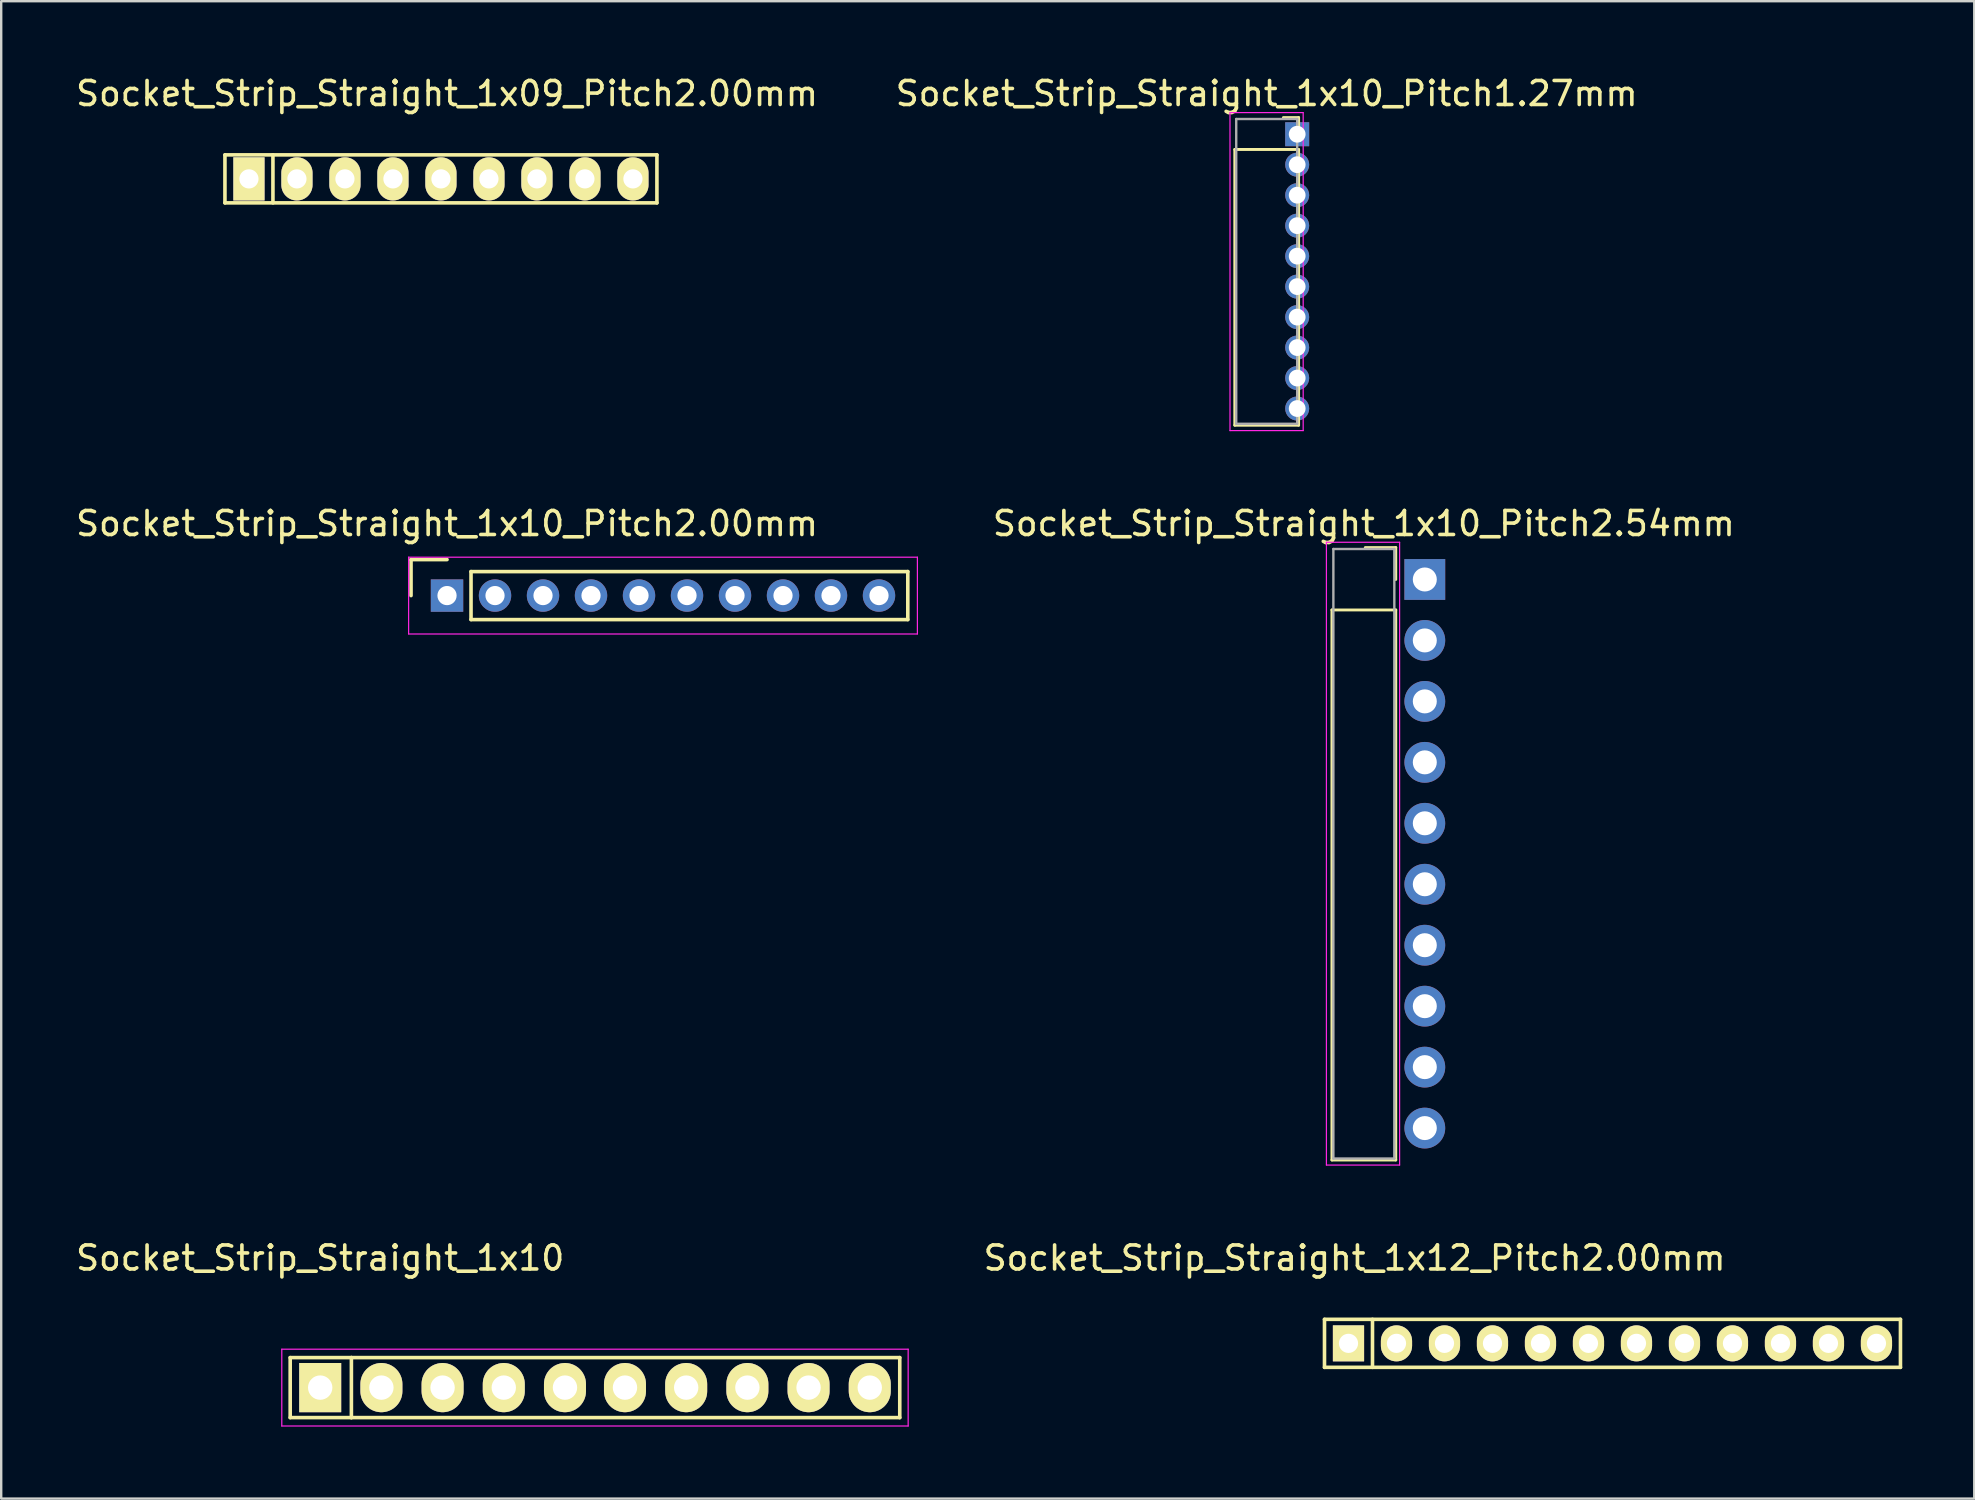
<source format=kicad_pcb>
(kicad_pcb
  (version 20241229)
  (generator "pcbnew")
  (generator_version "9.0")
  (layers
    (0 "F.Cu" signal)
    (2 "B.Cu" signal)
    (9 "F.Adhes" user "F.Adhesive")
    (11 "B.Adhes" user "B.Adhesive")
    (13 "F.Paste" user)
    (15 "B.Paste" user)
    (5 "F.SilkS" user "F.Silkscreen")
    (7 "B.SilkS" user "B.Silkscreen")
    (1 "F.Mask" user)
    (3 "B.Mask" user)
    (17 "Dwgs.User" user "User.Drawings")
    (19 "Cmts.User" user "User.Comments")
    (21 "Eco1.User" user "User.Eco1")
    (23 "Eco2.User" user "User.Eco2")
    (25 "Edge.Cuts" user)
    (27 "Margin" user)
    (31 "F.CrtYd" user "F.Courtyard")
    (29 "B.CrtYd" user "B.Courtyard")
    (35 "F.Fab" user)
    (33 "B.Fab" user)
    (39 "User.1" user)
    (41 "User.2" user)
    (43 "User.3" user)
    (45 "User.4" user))
  (footprint "Socket_Strip_Straight_1x10_Pitch2.00mm"
    (layer "F.Cu")
    (at 15.577 21.767)
    (property "Reference" "Socket_Strip_Straight_1x10_Pitch2.00mm" (at 0 -3 0) (layer "F.SilkS") (effects (font (size 1 1) (thickness 0.15))))
    (attr through_hole)
    (fp_line (start -1.5 -1.5) (end -1.5 0) (stroke (width 0.15) (type solid)) (layer "F.SilkS"))
    (fp_line (start 0 -1.5) (end -1.5 -1.5) (stroke (width 0.15) (type solid)) (layer "F.SilkS"))
    (fp_line (start 1 -1) (end 1 1) (stroke (width 0.15) (type solid)) (layer "F.SilkS"))
    (fp_line (start 1 1) (end 19.2 1) (stroke (width 0.15) (type solid)) (layer "F.SilkS"))
    (fp_line (start 19.2 -1) (end 1 -1) (stroke (width 0.15) (type solid)) (layer "F.SilkS"))
    (fp_line (start 19.2 1) (end 19.2 -1) (stroke (width 0.15) (type solid)) (layer "F.SilkS"))
    (fp_line (start -1.6 -1.6) (end -1.6 1.6) (stroke (width 0.05) (type solid)) (layer "F.CrtYd"))
    (fp_line (start -1.6 1.6) (end 19.6 1.6) (stroke (width 0.05) (type solid)) (layer "F.CrtYd"))
    (fp_line (start 19.6 -1.6) (end -1.6 -1.6) (stroke (width 0.05) (type solid)) (layer "F.CrtYd"))
    (fp_line (start 19.6 1.6) (end 19.6 -1.6) (stroke (width 0.05) (type solid)) (layer "F.CrtYd"))
    (pad "1" thru_hole rect (at 0 0) (size 1.35 1.35) (drill 0.8) (layers "*.Cu" "*.Mask"))
    (pad "2" thru_hole circle (at 2 0) (size 1.35 1.35) (drill 0.8) (layers "*.Cu" "*.Mask"))
    (pad "3" thru_hole circle (at 4 0) (size 1.35 1.35) (drill 0.8) (layers "*.Cu" "*.Mask"))
    (pad "4" thru_hole circle (at 6 0) (size 1.35 1.35) (drill 0.8) (layers "*.Cu" "*.Mask"))
    (pad "5" thru_hole circle (at 8 0) (size 1.35 1.35) (drill 0.8) (layers "*.Cu" "*.Mask"))
    (pad "6" thru_hole circle (at 10 0) (size 1.35 1.35) (drill 0.8) (layers "*.Cu" "*.Mask"))
    (pad "7" thru_hole circle (at 12 0) (size 1.35 1.35) (drill 0.8) (layers "*.Cu" "*.Mask"))
    (pad "8" thru_hole circle (at 14 0) (size 1.35 1.35) (drill 0.8) (layers "*.Cu" "*.Mask"))
    (pad "9" thru_hole circle (at 16 0) (size 1.35 1.35) (drill 0.8) (layers "*.Cu" "*.Mask"))
    (pad "10" thru_hole circle (at 18 0) (size 1.35 1.35) (drill 0.8) (layers "*.Cu" "*.Mask")))
  (footprint "Socket_Strip_Straight_1x10_Pitch2.54mm"
    (layer "F.Cu")
    (at 56.32 21.096)
    (property "Reference" "Socket_Strip_Straight_1x10_Pitch2.54mm" (at -2.54 -2.33 0) (layer "F.SilkS") (effects (font (size 1 1) (thickness 0.15))))
    (attr through_hole)
    (fp_line (start -3.87 1.27) (end -3.87 24.19) (stroke (width 0.12) (type solid)) (layer "F.SilkS"))
    (fp_line (start -3.87 24.19) (end -1.21 24.19) (stroke (width 0.12) (type solid)) (layer "F.SilkS"))
    (fp_line (start -1.21 -1.33) (end -2.48 -1.33) (stroke (width 0.12) (type solid)) (layer "F.SilkS"))
    (fp_line (start -1.21 0) (end -1.21 -1.33) (stroke (width 0.12) (type solid)) (layer "F.SilkS"))
    (fp_line (start -1.21 1.27) (end -3.87 1.27) (stroke (width 0.12) (type solid)) (layer "F.SilkS"))
    (fp_line (start -1.21 24.19) (end -1.21 1.27) (stroke (width 0.12) (type solid)) (layer "F.SilkS"))
    (fp_line (start -4.1 -1.55) (end -4.1 24.4) (stroke (width 0.05) (type solid)) (layer "F.CrtYd"))
    (fp_line (start -4.1 24.4) (end -1.05 24.4) (stroke (width 0.05) (type solid)) (layer "F.CrtYd"))
    (fp_line (start -1.05 -1.55) (end -4.1 -1.55) (stroke (width 0.05) (type solid)) (layer "F.CrtYd"))
    (fp_line (start -1.05 24.4) (end -1.05 -1.55) (stroke (width 0.05) (type solid)) (layer "F.CrtYd"))
    (fp_line (start -3.81 -1.27) (end -3.81 24.13) (stroke (width 0.1) (type solid)) (layer "F.Fab"))
    (fp_line (start -3.81 24.13) (end -1.27 24.13) (stroke (width 0.1) (type solid)) (layer "F.Fab"))
    (fp_line (start -1.27 -1.27) (end -3.81 -1.27) (stroke (width 0.1) (type solid)) (layer "F.Fab"))
    (fp_line (start -1.27 24.13) (end -1.27 -1.27) (stroke (width 0.1) (type solid)) (layer "F.Fab"))
    (pad "1" thru_hole rect (at 0 0) (size 1.7 1.7) (drill 1) (layers "*.Cu" "*.Mask"))
    (pad "2" thru_hole oval (at 0 2.54) (size 1.7 1.7) (drill 1) (layers "*.Cu" "*.Mask"))
    (pad "3" thru_hole oval (at 0 5.08) (size 1.7 1.7) (drill 1) (layers "*.Cu" "*.Mask"))
    (pad "4" thru_hole oval (at 0 7.62) (size 1.7 1.7) (drill 1) (layers "*.Cu" "*.Mask"))
    (pad "5" thru_hole oval (at 0 10.16) (size 1.7 1.7) (drill 1) (layers "*.Cu" "*.Mask"))
    (pad "6" thru_hole oval (at 0 12.7) (size 1.7 1.7) (drill 1) (layers "*.Cu" "*.Mask"))
    (pad "7" thru_hole oval (at 0 15.24) (size 1.7 1.7) (drill 1) (layers "*.Cu" "*.Mask"))
    (pad "8" thru_hole oval (at 0 17.78) (size 1.7 1.7) (drill 1) (layers "*.Cu" "*.Mask"))
    (pad "9" thru_hole oval (at 0 20.32) (size 1.7 1.7) (drill 1) (layers "*.Cu" "*.Mask"))
    (pad "10" thru_hole oval (at 0 22.86) (size 1.7 1.7) (drill 1) (layers "*.Cu" "*.Mask")))
  (footprint "Socket_Strip_Straight_1x12_Pitch2.00mm"
    (layer "F.Cu")
    (at 53.14 52.926)
    (property "Reference" "Socket_Strip_Straight_1x12_Pitch2.00mm" (at 0.254 -3.556 0) (layer "F.SilkS") (effects (font (size 1 1) (thickness 0.15))))
    (attr through_hole)
    (fp_line (start -1 -1) (end 23 -1) (stroke (width 0.15) (type solid)) (layer "F.SilkS"))
    (fp_line (start -1 1) (end -1 -1) (stroke (width 0.15) (type solid)) (layer "F.SilkS"))
    (fp_line (start 1 -1) (end 1 1) (stroke (width 0.15) (type solid)) (layer "F.SilkS"))
    (fp_line (start 23 -1) (end 23 1) (stroke (width 0.15) (type solid)) (layer "F.SilkS"))
    (fp_line (start 23 1) (end -1 1) (stroke (width 0.15) (type solid)) (layer "F.SilkS"))
    (pad "1" thru_hole rect (at 0 0) (size 1.3 1.5) (drill 0.8) (layers "*.Cu" "*.Mask" "F.SilkS"))
    (pad "2" thru_hole oval (at 2 0) (size 1.3 1.5) (drill 0.8) (layers "*.Cu" "*.Mask" "F.SilkS"))
    (pad "3" thru_hole oval (at 4 0) (size 1.3 1.5) (drill 0.8) (layers "*.Cu" "*.Mask" "F.SilkS"))
    (pad "4" thru_hole oval (at 6 0) (size 1.3 1.5) (drill 0.8) (layers "*.Cu" "*.Mask" "F.SilkS"))
    (pad "5" thru_hole oval (at 8 0) (size 1.3 1.5) (drill 0.8) (layers "*.Cu" "*.Mask" "F.SilkS"))
    (pad "6" thru_hole oval (at 10 0) (size 1.3 1.5) (drill 0.8) (layers "*.Cu" "*.Mask" "F.SilkS"))
    (pad "7" thru_hole oval (at 12 0) (size 1.3 1.5) (drill 0.8) (layers "*.Cu" "*.Mask" "F.SilkS"))
    (pad "8" thru_hole oval (at 14 0) (size 1.3 1.5) (drill 0.8) (layers "*.Cu" "*.Mask" "F.SilkS"))
    (pad "9" thru_hole oval (at 16 0) (size 1.3 1.5) (drill 0.8) (layers "*.Cu" "*.Mask" "F.SilkS"))
    (pad "10" thru_hole oval (at 18 0) (size 1.3 1.5) (drill 0.8) (layers "*.Cu" "*.Mask" "F.SilkS"))
    (pad "11" thru_hole oval (at 20 0) (size 1.3 1.5) (drill 0.8) (layers "*.Cu" "*.Mask" "F.SilkS"))
    (pad "12" thru_hole oval (at 22 0) (size 1.3 1.5) (drill 0.8) (layers "*.Cu" "*.Mask" "F.SilkS")))
  (footprint "Socket_Strip_Straight_1x09_Pitch2.00mm"
    (layer "F.Cu")
    (at 15.323 4.404)
    (property "Reference" "Socket_Strip_Straight_1x09_Pitch2.00mm" (at 0.254 -3.556 0) (layer "F.SilkS") (effects (font (size 1 1) (thickness 0.15))))
    (attr through_hole)
    (fp_line (start -9 -1) (end 9 -1) (stroke (width 0.15) (type solid)) (layer "F.SilkS"))
    (fp_line (start -9 1) (end -9 -1) (stroke (width 0.15) (type solid)) (layer "F.SilkS"))
    (fp_line (start -7 -1) (end -7 1) (stroke (width 0.15) (type solid)) (layer "F.SilkS"))
    (fp_line (start 9 -1) (end 9 1) (stroke (width 0.15) (type solid)) (layer "F.SilkS"))
    (fp_line (start 9 1) (end -9 1) (stroke (width 0.15) (type solid)) (layer "F.SilkS"))
    (pad "1" thru_hole rect (at -8 0) (size 1.3 1.8) (drill 0.8) (layers "*.Cu" "*.Mask" "F.SilkS"))
    (pad "2" thru_hole oval (at -6 0) (size 1.3 1.8) (drill 0.8) (layers "*.Cu" "*.Mask" "F.SilkS"))
    (pad "3" thru_hole oval (at -4 0) (size 1.3 1.8) (drill 0.8) (layers "*.Cu" "*.Mask" "F.SilkS"))
    (pad "4" thru_hole oval (at -2 0) (size 1.3 1.8) (drill 0.8) (layers "*.Cu" "*.Mask" "F.SilkS"))
    (pad "5" thru_hole oval (at 0 0) (size 1.3 1.8) (drill 0.8) (layers "*.Cu" "*.Mask" "F.SilkS"))
    (pad "6" thru_hole oval (at 2 0) (size 1.3 1.8) (drill 0.8) (layers "*.Cu" "*.Mask" "F.SilkS"))
    (pad "7" thru_hole oval (at 4 0) (size 1.3 1.8) (drill 0.8) (layers "*.Cu" "*.Mask" "F.SilkS"))
    (pad "8" thru_hole oval (at 6 0) (size 1.3 1.8) (drill 0.8) (layers "*.Cu" "*.Mask" "F.SilkS"))
    (pad "9" thru_hole oval (at 8 0) (size 1.3 1.8) (drill 0.8) (layers "*.Cu" "*.Mask" "F.SilkS")))
  (footprint "Socket_Strip_Straight_1x10_Pitch1.27mm"
    (layer "F.Cu")
    (at 51.002 2.543)
    (property "Reference" "Socket_Strip_Straight_1x10_Pitch1.27mm" (at -1.27 -1.695 0) (layer "F.SilkS") (effects (font (size 1 1) (thickness 0.15))))
    (attr through_hole)
    (fp_line (start -2.6 0.635) (end -2.6 12.125) (stroke (width 0.12) (type solid)) (layer "F.SilkS"))
    (fp_line (start -2.6 12.125) (end 0.06 12.125) (stroke (width 0.12) (type solid)) (layer "F.SilkS"))
    (fp_line (start 0.06 -0.695) (end -0.575 -0.695) (stroke (width 0.12) (type solid)) (layer "F.SilkS"))
    (fp_line (start 0.06 0) (end 0.06 -0.695) (stroke (width 0.12) (type solid)) (layer "F.SilkS"))
    (fp_line (start 0.06 0.635) (end -2.6 0.635) (stroke (width 0.12) (type solid)) (layer "F.SilkS"))
    (fp_line (start 0.06 12.125) (end 0.06 0.635) (stroke (width 0.12) (type solid)) (layer "F.SilkS"))
    (fp_line (start -2.8 -0.9) (end -2.8 12.35) (stroke (width 0.05) (type solid)) (layer "F.CrtYd"))
    (fp_line (start -2.8 12.35) (end 0.25 12.35) (stroke (width 0.05) (type solid)) (layer "F.CrtYd"))
    (fp_line (start 0.25 -0.9) (end -2.8 -0.9) (stroke (width 0.05) (type solid)) (layer "F.CrtYd"))
    (fp_line (start 0.25 12.35) (end 0.25 -0.9) (stroke (width 0.05) (type solid)) (layer "F.CrtYd"))
    (fp_line (start -2.54 -0.635) (end -2.54 12.065) (stroke (width 0.1) (type solid)) (layer "F.Fab"))
    (fp_line (start -2.54 12.065) (end 0 12.065) (stroke (width 0.1) (type solid)) (layer "F.Fab"))
    (fp_line (start 0 -0.635) (end -2.54 -0.635) (stroke (width 0.1) (type solid)) (layer "F.Fab"))
    (fp_line (start 0 12.065) (end 0 -0.635) (stroke (width 0.1) (type solid)) (layer "F.Fab"))
    (pad "1" thru_hole rect (at 0 0) (size 1 1) (drill 0.7) (layers "*.Cu" "*.Mask"))
    (pad "2" thru_hole oval (at 0 1.27) (size 1 1) (drill 0.7) (layers "*.Cu" "*.Mask"))
    (pad "3" thru_hole oval (at 0 2.54) (size 1 1) (drill 0.7) (layers "*.Cu" "*.Mask"))
    (pad "4" thru_hole oval (at 0 3.81) (size 1 1) (drill 0.7) (layers "*.Cu" "*.Mask"))
    (pad "5" thru_hole oval (at 0 5.08) (size 1 1) (drill 0.7) (layers "*.Cu" "*.Mask"))
    (pad "6" thru_hole oval (at 0 6.35) (size 1 1) (drill 0.7) (layers "*.Cu" "*.Mask"))
    (pad "7" thru_hole oval (at 0 7.62) (size 1 1) (drill 0.7) (layers "*.Cu" "*.Mask"))
    (pad "8" thru_hole oval (at 0 8.89) (size 1 1) (drill 0.7) (layers "*.Cu" "*.Mask"))
    (pad "9" thru_hole oval (at 0 10.16) (size 1 1) (drill 0.7) (layers "*.Cu" "*.Mask"))
    (pad "10" thru_hole oval (at 0 11.43) (size 1 1) (drill 0.7) (layers "*.Cu" "*.Mask")))
  (footprint "Socket_Strip_Straight_1x10"
    (layer "F.Cu")
    (at 10.292 54.77)
    (property "Reference" "Socket_Strip_Straight_1x10" (at 0 -5.4 0) (layer "F.SilkS") (effects (font (size 1 1) (thickness 0.15))))
    (attr through_hole)
    (fp_line (start -1.25 -1.25) (end 1.3 -1.25) (stroke (width 0.15) (type solid)) (layer "F.SilkS"))
    (fp_line (start -1.25 1.25) (end -1.25 -1.25) (stroke (width 0.15) (type solid)) (layer "F.SilkS"))
    (fp_line (start -1.25 1.25) (end 1.3 1.25) (stroke (width 0.15) (type solid)) (layer "F.SilkS"))
    (fp_line (start 1.3 1.25) (end 1.3 -1.25) (stroke (width 0.15) (type solid)) (layer "F.SilkS"))
    (fp_line (start 1.3 1.25) (end 24.15 1.25) (stroke (width 0.15) (type solid)) (layer "F.SilkS"))
    (fp_line (start 24.15 -1.25) (end 1.3 -1.25) (stroke (width 0.15) (type solid)) (layer "F.SilkS"))
    (fp_line (start 24.15 1.25) (end 24.15 -1.25) (stroke (width 0.15) (type solid)) (layer "F.SilkS"))
    (fp_line (start -1.6 -1.6) (end -1.6 1.6) (stroke (width 0.05) (type solid)) (layer "F.CrtYd"))
    (fp_line (start -1.6 -1.6) (end 24.5 -1.6) (stroke (width 0.05) (type solid)) (layer "F.CrtYd"))
    (fp_line (start -1.6 1.6) (end 24.5 1.6) (stroke (width 0.05) (type solid)) (layer "F.CrtYd"))
    (fp_line (start 24.5 -1.6) (end 24.5 1.6) (stroke (width 0.05) (type solid)) (layer "F.CrtYd"))
    (pad "1" thru_hole rect (at 0 0) (size 1.75 2.05) (drill 1.016) (layers "*.Cu" "*.Mask" "F.SilkS"))
    (pad "2" thru_hole oval (at 2.55 0) (size 1.75 2.05) (drill 1.016) (layers "*.Cu" "*.Mask" "F.SilkS"))
    (pad "3" thru_hole oval (at 5.1 0) (size 1.75 2.05) (drill 1.016) (layers "*.Cu" "*.Mask" "F.SilkS"))
    (pad "4" thru_hole oval (at 7.65 0) (size 1.75 2.05) (drill 1.016) (layers "*.Cu" "*.Mask" "F.SilkS"))
    (pad "5" thru_hole oval (at 10.2 0) (size 1.75 2.05) (drill 1.016) (layers "*.Cu" "*.Mask" "F.SilkS"))
    (pad "6" thru_hole oval (at 12.7 0) (size 1.75 2.05) (drill 1.016) (layers "*.Cu" "*.Mask" "F.SilkS"))
    (pad "7" thru_hole oval (at 15.25 0) (size 1.75 2.05) (drill 1.016) (layers "*.Cu" "*.Mask" "F.SilkS"))
    (pad "8" thru_hole oval (at 17.8 0) (size 1.75 2.05) (drill 1.016) (layers "*.Cu" "*.Mask" "F.SilkS"))
    (pad "9" thru_hole oval (at 20.35 0) (size 1.75 2.05) (drill 1.016) (layers "*.Cu" "*.Mask" "F.SilkS"))
    (pad "10" thru_hole oval (at 22.9 0) (size 1.75 2.05) (drill 1.016) (layers "*.Cu" "*.Mask" "F.SilkS")))
  (gr_rect
    (start -3 -3)
    (end 79.215 59.395)
    (stroke (width 0.1) (type default))
    (fill no)
    (layer "Edge.Cuts")))
</source>
